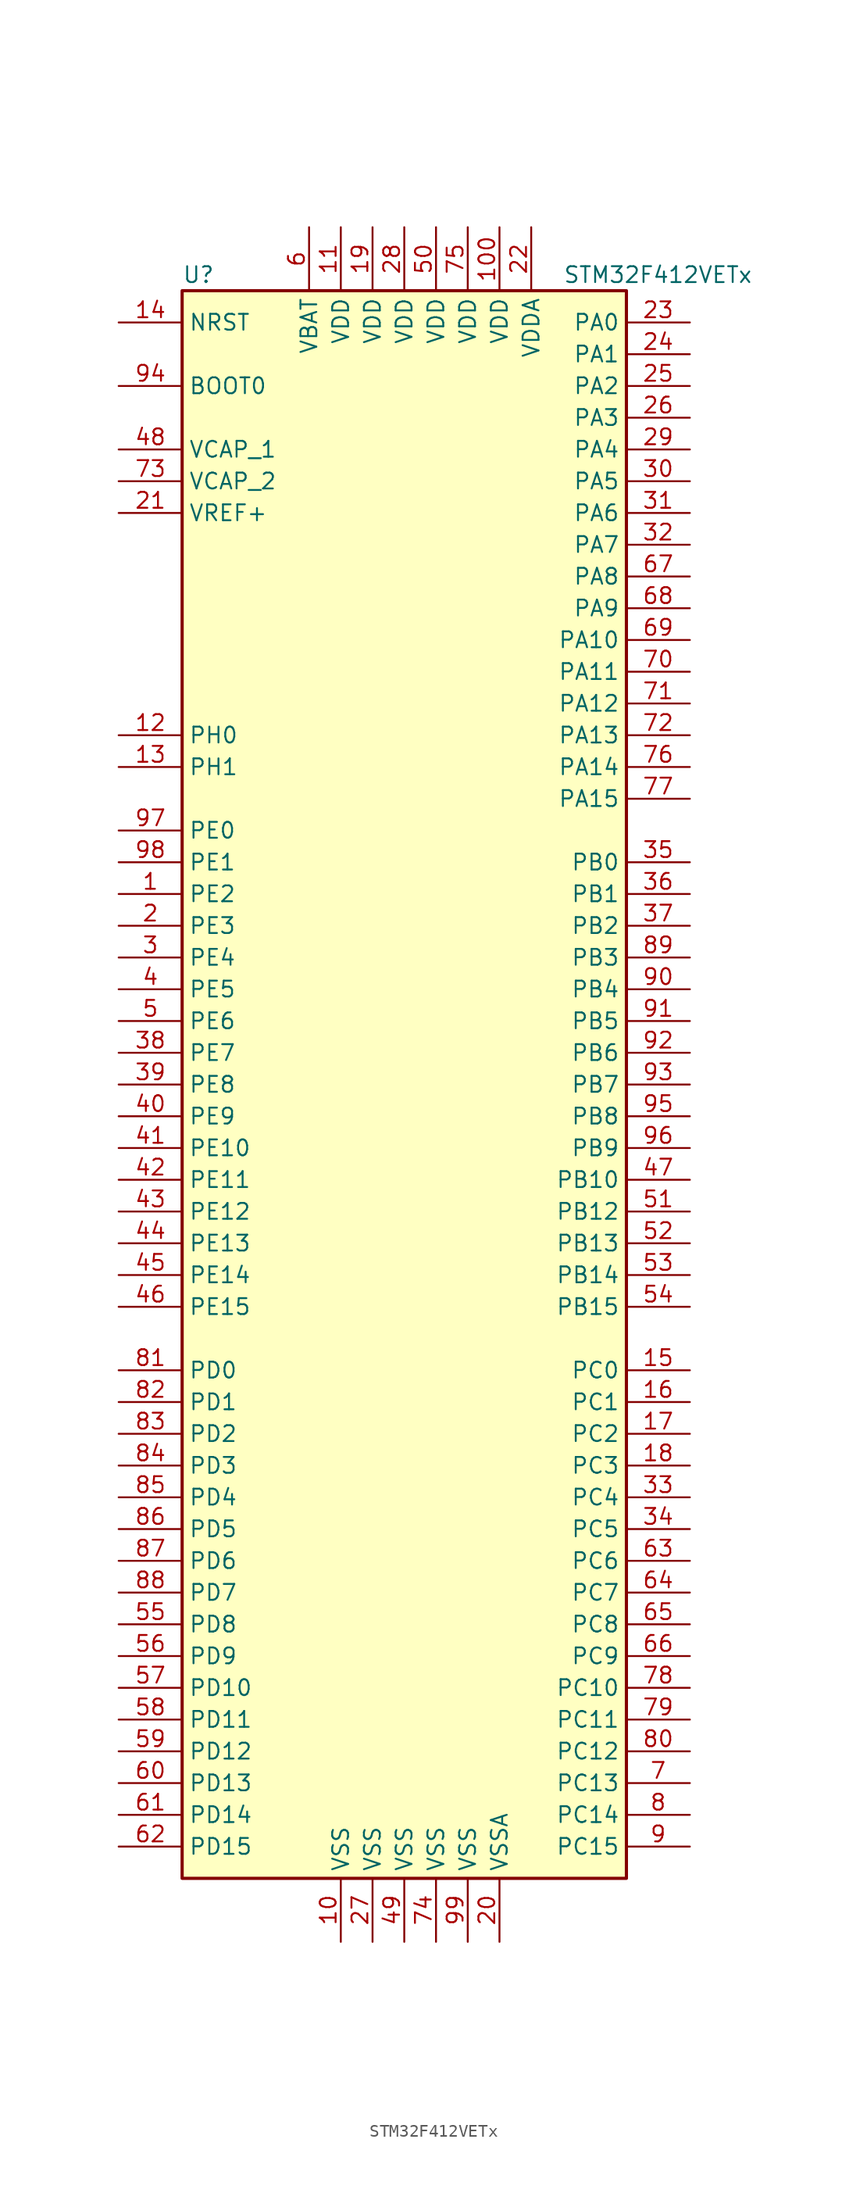
<source format=kicad_sym>
(kicad_symbol_lib
  (version 20201005)
  (generator kicad_symbol_editor)
  (symbol "STM32F412VETx"
    (property "Reference" "U"
      (at -17.78 64.77 0)
      (effects (font (size 1.27 1.27)) (justify left)))
    (property "Value" "STM32F412VETx"
      (at 12.7 64.77 0)
      (effects (font (size 1.27 1.27)) (justify left)))
    (symbol "STM32F412VETx_0_1"
      (rectangle (start -17.78 -63.5) (end 17.78 63.5) (stroke (width 0.254)) (fill (type background))))
    (symbol "STM32F412VETx_1_1"
      (pin bidirectional line (at -22.86 15.24 0) (length 5.08) (name "PE2" (effects (font (size 1.27 1.27)))) (number "1" (effects (font (size 1.27 1.27)))))
      (pin power_in line (at -5.08 -68.58 90) (length 5.08) (name "VSS" (effects (font (size 1.27 1.27)))) (number "10" (effects (font (size 1.27 1.27)))))
      (pin power_in line (at 7.62 68.58 270) (length 5.08) (name "VDD" (effects (font (size 1.27 1.27)))) (number "100" (effects (font (size 1.27 1.27)))))
      (pin power_in line (at -5.08 68.58 270) (length 5.08) (name "VDD" (effects (font (size 1.27 1.27)))) (number "11" (effects (font (size 1.27 1.27)))))
      (pin input line (at -22.86 27.94 0) (length 5.08) (name "PH0" (effects (font (size 1.27 1.27)))) (number "12" (effects (font (size 1.27 1.27)))))
      (pin input line (at -22.86 25.4 0) (length 5.08) (name "PH1" (effects (font (size 1.27 1.27)))) (number "13" (effects (font (size 1.27 1.27)))))
      (pin input line (at -22.86 60.96 0) (length 5.08) (name "NRST" (effects (font (size 1.27 1.27)))) (number "14" (effects (font (size 1.27 1.27)))))
      (pin bidirectional line (at 22.86 -22.86 180) (length 5.08) (name "PC0" (effects (font (size 1.27 1.27)))) (number "15" (effects (font (size 1.27 1.27)))))
      (pin bidirectional line (at 22.86 -25.4 180) (length 5.08) (name "PC1" (effects (font (size 1.27 1.27)))) (number "16" (effects (font (size 1.27 1.27)))))
      (pin bidirectional line (at 22.86 -27.94 180) (length 5.08) (name "PC2" (effects (font (size 1.27 1.27)))) (number "17" (effects (font (size 1.27 1.27)))))
      (pin bidirectional line (at 22.86 -30.48 180) (length 5.08) (name "PC3" (effects (font (size 1.27 1.27)))) (number "18" (effects (font (size 1.27 1.27)))))
      (pin power_in line (at -2.54 68.58 270) (length 5.08) (name "VDD" (effects (font (size 1.27 1.27)))) (number "19" (effects (font (size 1.27 1.27)))))
      (pin bidirectional line (at -22.86 12.7 0) (length 5.08) (name "PE3" (effects (font (size 1.27 1.27)))) (number "2" (effects (font (size 1.27 1.27)))))
      (pin power_in line (at 7.62 -68.58 90) (length 5.08) (name "VSSA" (effects (font (size 1.27 1.27)))) (number "20" (effects (font (size 1.27 1.27)))))
      (pin power_in line (at -22.86 45.72 0) (length 5.08) (name "VREF+" (effects (font (size 1.27 1.27)))) (number "21" (effects (font (size 1.27 1.27)))))
      (pin power_in line (at 10.16 68.58 270) (length 5.08) (name "VDDA" (effects (font (size 1.27 1.27)))) (number "22" (effects (font (size 1.27 1.27)))))
      (pin bidirectional line (at 22.86 60.96 180) (length 5.08) (name "PA0" (effects (font (size 1.27 1.27)))) (number "23" (effects (font (size 1.27 1.27)))))
      (pin bidirectional line (at 22.86 58.42 180) (length 5.08) (name "PA1" (effects (font (size 1.27 1.27)))) (number "24" (effects (font (size 1.27 1.27)))))
      (pin bidirectional line (at 22.86 55.88 180) (length 5.08) (name "PA2" (effects (font (size 1.27 1.27)))) (number "25" (effects (font (size 1.27 1.27)))))
      (pin bidirectional line (at 22.86 53.34 180) (length 5.08) (name "PA3" (effects (font (size 1.27 1.27)))) (number "26" (effects (font (size 1.27 1.27)))))
      (pin power_in line (at -2.54 -68.58 90) (length 5.08) (name "VSS" (effects (font (size 1.27 1.27)))) (number "27" (effects (font (size 1.27 1.27)))))
      (pin power_in line (at 0 68.58 270) (length 5.08) (name "VDD" (effects (font (size 1.27 1.27)))) (number "28" (effects (font (size 1.27 1.27)))))
      (pin bidirectional line (at 22.86 50.8 180) (length 5.08) (name "PA4" (effects (font (size 1.27 1.27)))) (number "29" (effects (font (size 1.27 1.27)))))
      (pin bidirectional line (at -22.86 10.16 0) (length 5.08) (name "PE4" (effects (font (size 1.27 1.27)))) (number "3" (effects (font (size 1.27 1.27)))))
      (pin bidirectional line (at 22.86 48.26 180) (length 5.08) (name "PA5" (effects (font (size 1.27 1.27)))) (number "30" (effects (font (size 1.27 1.27)))))
      (pin bidirectional line (at 22.86 45.72 180) (length 5.08) (name "PA6" (effects (font (size 1.27 1.27)))) (number "31" (effects (font (size 1.27 1.27)))))
      (pin bidirectional line (at 22.86 43.18 180) (length 5.08) (name "PA7" (effects (font (size 1.27 1.27)))) (number "32" (effects (font (size 1.27 1.27)))))
      (pin bidirectional line (at 22.86 -33.02 180) (length 5.08) (name "PC4" (effects (font (size 1.27 1.27)))) (number "33" (effects (font (size 1.27 1.27)))))
      (pin bidirectional line (at 22.86 -35.56 180) (length 5.08) (name "PC5" (effects (font (size 1.27 1.27)))) (number "34" (effects (font (size 1.27 1.27)))))
      (pin bidirectional line (at 22.86 17.78 180) (length 5.08) (name "PB0" (effects (font (size 1.27 1.27)))) (number "35" (effects (font (size 1.27 1.27)))))
      (pin bidirectional line (at 22.86 15.24 180) (length 5.08) (name "PB1" (effects (font (size 1.27 1.27)))) (number "36" (effects (font (size 1.27 1.27)))))
      (pin bidirectional line (at 22.86 12.7 180) (length 5.08) (name "PB2" (effects (font (size 1.27 1.27)))) (number "37" (effects (font (size 1.27 1.27)))))
      (pin bidirectional line (at -22.86 2.54 0) (length 5.08) (name "PE7" (effects (font (size 1.27 1.27)))) (number "38" (effects (font (size 1.27 1.27)))))
      (pin bidirectional line (at -22.86 0 0) (length 5.08) (name "PE8" (effects (font (size 1.27 1.27)))) (number "39" (effects (font (size 1.27 1.27)))))
      (pin bidirectional line (at -22.86 7.62 0) (length 5.08) (name "PE5" (effects (font (size 1.27 1.27)))) (number "4" (effects (font (size 1.27 1.27)))))
      (pin bidirectional line (at -22.86 -2.54 0) (length 5.08) (name "PE9" (effects (font (size 1.27 1.27)))) (number "40" (effects (font (size 1.27 1.27)))))
      (pin bidirectional line (at -22.86 -5.08 0) (length 5.08) (name "PE10" (effects (font (size 1.27 1.27)))) (number "41" (effects (font (size 1.27 1.27)))))
      (pin bidirectional line (at -22.86 -7.62 0) (length 5.08) (name "PE11" (effects (font (size 1.27 1.27)))) (number "42" (effects (font (size 1.27 1.27)))))
      (pin bidirectional line (at -22.86 -10.16 0) (length 5.08) (name "PE12" (effects (font (size 1.27 1.27)))) (number "43" (effects (font (size 1.27 1.27)))))
      (pin bidirectional line (at -22.86 -12.7 0) (length 5.08) (name "PE13" (effects (font (size 1.27 1.27)))) (number "44" (effects (font (size 1.27 1.27)))))
      (pin bidirectional line (at -22.86 -15.24 0) (length 5.08) (name "PE14" (effects (font (size 1.27 1.27)))) (number "45" (effects (font (size 1.27 1.27)))))
      (pin bidirectional line (at -22.86 -17.78 0) (length 5.08) (name "PE15" (effects (font (size 1.27 1.27)))) (number "46" (effects (font (size 1.27 1.27)))))
      (pin bidirectional line (at 22.86 -7.62 180) (length 5.08) (name "PB10" (effects (font (size 1.27 1.27)))) (number "47" (effects (font (size 1.27 1.27)))))
      (pin power_in line (at -22.86 50.8 0) (length 5.08) (name "VCAP_1" (effects (font (size 1.27 1.27)))) (number "48" (effects (font (size 1.27 1.27)))))
      (pin power_in line (at 0 -68.58 90) (length 5.08) (name "VSS" (effects (font (size 1.27 1.27)))) (number "49" (effects (font (size 1.27 1.27)))))
      (pin bidirectional line (at -22.86 5.08 0) (length 5.08) (name "PE6" (effects (font (size 1.27 1.27)))) (number "5" (effects (font (size 1.27 1.27)))))
      (pin power_in line (at 2.54 68.58 270) (length 5.08) (name "VDD" (effects (font (size 1.27 1.27)))) (number "50" (effects (font (size 1.27 1.27)))))
      (pin bidirectional line (at 22.86 -10.16 180) (length 5.08) (name "PB12" (effects (font (size 1.27 1.27)))) (number "51" (effects (font (size 1.27 1.27)))))
      (pin bidirectional line (at 22.86 -12.7 180) (length 5.08) (name "PB13" (effects (font (size 1.27 1.27)))) (number "52" (effects (font (size 1.27 1.27)))))
      (pin bidirectional line (at 22.86 -15.24 180) (length 5.08) (name "PB14" (effects (font (size 1.27 1.27)))) (number "53" (effects (font (size 1.27 1.27)))))
      (pin bidirectional line (at 22.86 -17.78 180) (length 5.08) (name "PB15" (effects (font (size 1.27 1.27)))) (number "54" (effects (font (size 1.27 1.27)))))
      (pin bidirectional line (at -22.86 -43.18 0) (length 5.08) (name "PD8" (effects (font (size 1.27 1.27)))) (number "55" (effects (font (size 1.27 1.27)))))
      (pin bidirectional line (at -22.86 -45.72 0) (length 5.08) (name "PD9" (effects (font (size 1.27 1.27)))) (number "56" (effects (font (size 1.27 1.27)))))
      (pin bidirectional line (at -22.86 -48.26 0) (length 5.08) (name "PD10" (effects (font (size 1.27 1.27)))) (number "57" (effects (font (size 1.27 1.27)))))
      (pin bidirectional line (at -22.86 -50.8 0) (length 5.08) (name "PD11" (effects (font (size 1.27 1.27)))) (number "58" (effects (font (size 1.27 1.27)))))
      (pin bidirectional line (at -22.86 -53.34 0) (length 5.08) (name "PD12" (effects (font (size 1.27 1.27)))) (number "59" (effects (font (size 1.27 1.27)))))
      (pin power_in line (at -7.62 68.58 270) (length 5.08) (name "VBAT" (effects (font (size 1.27 1.27)))) (number "6" (effects (font (size 1.27 1.27)))))
      (pin bidirectional line (at -22.86 -55.88 0) (length 5.08) (name "PD13" (effects (font (size 1.27 1.27)))) (number "60" (effects (font (size 1.27 1.27)))))
      (pin bidirectional line (at -22.86 -58.42 0) (length 5.08) (name "PD14" (effects (font (size 1.27 1.27)))) (number "61" (effects (font (size 1.27 1.27)))))
      (pin bidirectional line (at -22.86 -60.96 0) (length 5.08) (name "PD15" (effects (font (size 1.27 1.27)))) (number "62" (effects (font (size 1.27 1.27)))))
      (pin bidirectional line (at 22.86 -38.1 180) (length 5.08) (name "PC6" (effects (font (size 1.27 1.27)))) (number "63" (effects (font (size 1.27 1.27)))))
      (pin bidirectional line (at 22.86 -40.64 180) (length 5.08) (name "PC7" (effects (font (size 1.27 1.27)))) (number "64" (effects (font (size 1.27 1.27)))))
      (pin bidirectional line (at 22.86 -43.18 180) (length 5.08) (name "PC8" (effects (font (size 1.27 1.27)))) (number "65" (effects (font (size 1.27 1.27)))))
      (pin bidirectional line (at 22.86 -45.72 180) (length 5.08) (name "PC9" (effects (font (size 1.27 1.27)))) (number "66" (effects (font (size 1.27 1.27)))))
      (pin bidirectional line (at 22.86 40.64 180) (length 5.08) (name "PA8" (effects (font (size 1.27 1.27)))) (number "67" (effects (font (size 1.27 1.27)))))
      (pin bidirectional line (at 22.86 38.1 180) (length 5.08) (name "PA9" (effects (font (size 1.27 1.27)))) (number "68" (effects (font (size 1.27 1.27)))))
      (pin bidirectional line (at 22.86 35.56 180) (length 5.08) (name "PA10" (effects (font (size 1.27 1.27)))) (number "69" (effects (font (size 1.27 1.27)))))
      (pin bidirectional line (at 22.86 -55.88 180) (length 5.08) (name "PC13" (effects (font (size 1.27 1.27)))) (number "7" (effects (font (size 1.27 1.27)))))
      (pin bidirectional line (at 22.86 33.02 180) (length 5.08) (name "PA11" (effects (font (size 1.27 1.27)))) (number "70" (effects (font (size 1.27 1.27)))))
      (pin bidirectional line (at 22.86 30.48 180) (length 5.08) (name "PA12" (effects (font (size 1.27 1.27)))) (number "71" (effects (font (size 1.27 1.27)))))
      (pin bidirectional line (at 22.86 27.94 180) (length 5.08) (name "PA13" (effects (font (size 1.27 1.27)))) (number "72" (effects (font (size 1.27 1.27)))))
      (pin power_in line (at -22.86 48.26 0) (length 5.08) (name "VCAP_2" (effects (font (size 1.27 1.27)))) (number "73" (effects (font (size 1.27 1.27)))))
      (pin power_in line (at 2.54 -68.58 90) (length 5.08) (name "VSS" (effects (font (size 1.27 1.27)))) (number "74" (effects (font (size 1.27 1.27)))))
      (pin power_in line (at 5.08 68.58 270) (length 5.08) (name "VDD" (effects (font (size 1.27 1.27)))) (number "75" (effects (font (size 1.27 1.27)))))
      (pin bidirectional line (at 22.86 25.4 180) (length 5.08) (name "PA14" (effects (font (size 1.27 1.27)))) (number "76" (effects (font (size 1.27 1.27)))))
      (pin bidirectional line (at 22.86 22.86 180) (length 5.08) (name "PA15" (effects (font (size 1.27 1.27)))) (number "77" (effects (font (size 1.27 1.27)))))
      (pin bidirectional line (at 22.86 -48.26 180) (length 5.08) (name "PC10" (effects (font (size 1.27 1.27)))) (number "78" (effects (font (size 1.27 1.27)))))
      (pin bidirectional line (at 22.86 -50.8 180) (length 5.08) (name "PC11" (effects (font (size 1.27 1.27)))) (number "79" (effects (font (size 1.27 1.27)))))
      (pin bidirectional line (at 22.86 -58.42 180) (length 5.08) (name "PC14" (effects (font (size 1.27 1.27)))) (number "8" (effects (font (size 1.27 1.27)))))
      (pin bidirectional line (at 22.86 -53.34 180) (length 5.08) (name "PC12" (effects (font (size 1.27 1.27)))) (number "80" (effects (font (size 1.27 1.27)))))
      (pin bidirectional line (at -22.86 -22.86 0) (length 5.08) (name "PD0" (effects (font (size 1.27 1.27)))) (number "81" (effects (font (size 1.27 1.27)))))
      (pin bidirectional line (at -22.86 -25.4 0) (length 5.08) (name "PD1" (effects (font (size 1.27 1.27)))) (number "82" (effects (font (size 1.27 1.27)))))
      (pin bidirectional line (at -22.86 -27.94 0) (length 5.08) (name "PD2" (effects (font (size 1.27 1.27)))) (number "83" (effects (font (size 1.27 1.27)))))
      (pin bidirectional line (at -22.86 -30.48 0) (length 5.08) (name "PD3" (effects (font (size 1.27 1.27)))) (number "84" (effects (font (size 1.27 1.27)))))
      (pin bidirectional line (at -22.86 -33.02 0) (length 5.08) (name "PD4" (effects (font (size 1.27 1.27)))) (number "85" (effects (font (size 1.27 1.27)))))
      (pin bidirectional line (at -22.86 -35.56 0) (length 5.08) (name "PD5" (effects (font (size 1.27 1.27)))) (number "86" (effects (font (size 1.27 1.27)))))
      (pin bidirectional line (at -22.86 -38.1 0) (length 5.08) (name "PD6" (effects (font (size 1.27 1.27)))) (number "87" (effects (font (size 1.27 1.27)))))
      (pin bidirectional line (at -22.86 -40.64 0) (length 5.08) (name "PD7" (effects (font (size 1.27 1.27)))) (number "88" (effects (font (size 1.27 1.27)))))
      (pin bidirectional line (at 22.86 10.16 180) (length 5.08) (name "PB3" (effects (font (size 1.27 1.27)))) (number "89" (effects (font (size 1.27 1.27)))))
      (pin bidirectional line (at 22.86 -60.96 180) (length 5.08) (name "PC15" (effects (font (size 1.27 1.27)))) (number "9" (effects (font (size 1.27 1.27)))))
      (pin bidirectional line (at 22.86 7.62 180) (length 5.08) (name "PB4" (effects (font (size 1.27 1.27)))) (number "90" (effects (font (size 1.27 1.27)))))
      (pin bidirectional line (at 22.86 5.08 180) (length 5.08) (name "PB5" (effects (font (size 1.27 1.27)))) (number "91" (effects (font (size 1.27 1.27)))))
      (pin bidirectional line (at 22.86 2.54 180) (length 5.08) (name "PB6" (effects (font (size 1.27 1.27)))) (number "92" (effects (font (size 1.27 1.27)))))
      (pin bidirectional line (at 22.86 0 180) (length 5.08) (name "PB7" (effects (font (size 1.27 1.27)))) (number "93" (effects (font (size 1.27 1.27)))))
      (pin input line (at -22.86 55.88 0) (length 5.08) (name "BOOT0" (effects (font (size 1.27 1.27)))) (number "94" (effects (font (size 1.27 1.27)))))
      (pin bidirectional line (at 22.86 -2.54 180) (length 5.08) (name "PB8" (effects (font (size 1.27 1.27)))) (number "95" (effects (font (size 1.27 1.27)))))
      (pin bidirectional line (at 22.86 -5.08 180) (length 5.08) (name "PB9" (effects (font (size 1.27 1.27)))) (number "96" (effects (font (size 1.27 1.27)))))
      (pin bidirectional line (at -22.86 20.32 0) (length 5.08) (name "PE0" (effects (font (size 1.27 1.27)))) (number "97" (effects (font (size 1.27 1.27)))))
      (pin bidirectional line (at -22.86 17.78 0) (length 5.08) (name "PE1" (effects (font (size 1.27 1.27)))) (number "98" (effects (font (size 1.27 1.27)))))
      (pin power_in line (at 5.08 -68.58 90) (length 5.08) (name "VSS" (effects (font (size 1.27 1.27)))) (number "99" (effects (font (size 1.27 1.27))))))))
</source>
